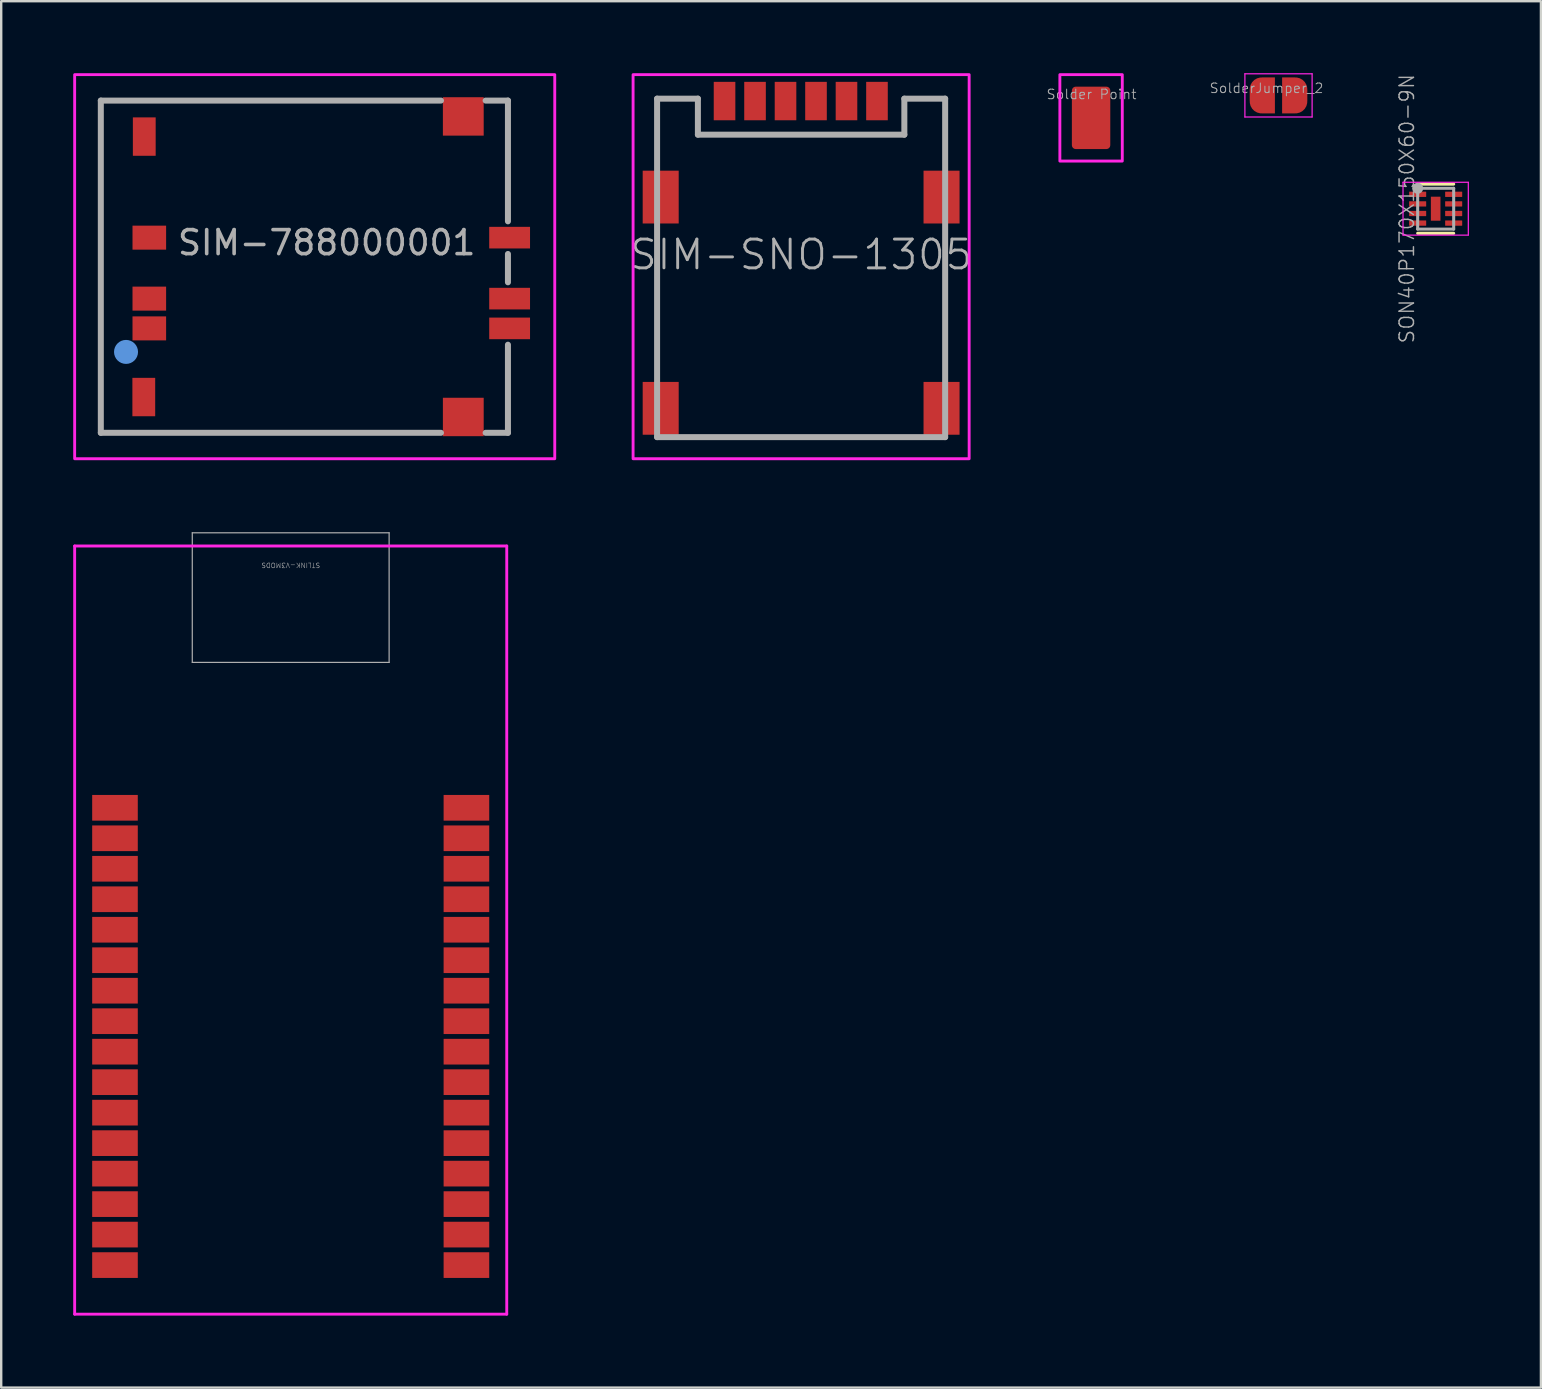
<source format=kicad_pcb>
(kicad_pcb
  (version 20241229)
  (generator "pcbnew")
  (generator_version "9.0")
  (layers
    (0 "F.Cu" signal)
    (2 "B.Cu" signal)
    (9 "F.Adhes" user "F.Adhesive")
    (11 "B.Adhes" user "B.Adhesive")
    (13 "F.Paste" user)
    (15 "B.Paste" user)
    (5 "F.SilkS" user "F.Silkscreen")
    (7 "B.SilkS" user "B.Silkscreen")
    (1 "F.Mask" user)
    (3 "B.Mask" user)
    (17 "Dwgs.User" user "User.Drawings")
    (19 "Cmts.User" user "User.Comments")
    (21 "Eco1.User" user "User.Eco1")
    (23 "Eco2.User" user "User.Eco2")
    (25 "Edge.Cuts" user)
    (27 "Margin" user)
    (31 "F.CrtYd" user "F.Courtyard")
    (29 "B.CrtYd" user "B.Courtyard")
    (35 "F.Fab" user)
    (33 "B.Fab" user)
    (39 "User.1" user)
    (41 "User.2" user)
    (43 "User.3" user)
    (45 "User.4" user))
  (footprint "SON40P170X150X60-9N"
    (layer "F.Cu")
    (at 56.757 5.644)
    (property "Reference" "SON40P170X150X60-9N" (at -1.2 0 90) (layer "F.Fab") (effects (font (size 0.6 0.6) (thickness 0.06))))
    (attr smd)
    (fp_line (start -0.75 -1.024) (end 0.75 -1.024) (stroke (width 0.127) (type solid)) (layer "F.SilkS"))
    (fp_line (start 0.75 1.024) (end -0.75 1.024) (stroke (width 0.127) (type solid)) (layer "F.SilkS"))
    (fp_line (start -1.36 -1.1) (end 1.36 -1.1) (stroke (width 0.05) (type solid)) (layer "F.CrtYd"))
    (fp_line (start -1.36 1.1) (end -1.36 -1.1) (stroke (width 0.05) (type solid)) (layer "F.CrtYd"))
    (fp_line (start 1.36 -1.1) (end 1.36 1.1) (stroke (width 0.05) (type solid)) (layer "F.CrtYd"))
    (fp_line (start 1.36 1.1) (end -1.36 1.1) (stroke (width 0.05) (type solid)) (layer "F.CrtYd"))
    (fp_line (start -0.75 -0.85) (end 0.75 -0.85) (stroke (width 0.127) (type solid)) (layer "F.Fab"))
    (fp_line (start -0.75 0.85) (end -0.75 -0.85) (stroke (width 0.127) (type solid)) (layer "F.Fab"))
    (fp_line (start 0.75 -0.85) (end 0.75 0.85) (stroke (width 0.127) (type solid)) (layer "F.Fab"))
    (fp_line (start 0.75 0.85) (end -0.75 0.85) (stroke (width 0.127) (type solid)) (layer "F.Fab"))
    (fp_circle (center -0.75 -0.85) (end -0.72 -0.85) (stroke (width 0.2) (type solid)) (fill no) (layer "F.Fab"))
    (pad "1" smd roundrect (at -0.75 -0.6) (size 0.71 0.22) (layers "F.Cu" "F.Mask" "F.Paste") (roundrect_rratio 0.06))
    (pad "2" smd roundrect (at -0.75 -0.2) (size 0.71 0.22) (layers "F.Cu" "F.Mask" "F.Paste") (roundrect_rratio 0.06))
    (pad "3" smd roundrect (at -0.75 0.2) (size 0.71 0.22) (layers "F.Cu" "F.Mask" "F.Paste") (roundrect_rratio 0.06))
    (pad "4" smd roundrect (at -0.75 0.6) (size 0.71 0.22) (layers "F.Cu" "F.Mask" "F.Paste") (roundrect_rratio 0.06))
    (pad "5" smd roundrect (at 0.75 0.6) (size 0.71 0.22) (layers "F.Cu" "F.Mask" "F.Paste") (roundrect_rratio 0.06))
    (pad "6" smd roundrect (at 0.75 0.2) (size 0.71 0.22) (layers "F.Cu" "F.Mask" "F.Paste") (roundrect_rratio 0.06))
    (pad "7" smd roundrect (at 0.75 -0.2) (size 0.71 0.22) (layers "F.Cu" "F.Mask" "F.Paste") (roundrect_rratio 0.06))
    (pad "8" smd roundrect (at 0.75 -0.6) (size 0.71 0.22) (layers "F.Cu" "F.Mask" "F.Paste") (roundrect_rratio 0.06))
    (pad "9" smd rect (at 0 0 90) (size 1 0.4) (layers "F.Cu" "F.Mask" "F.Paste")))
  (footprint "Solder Point"
    (layer "F.Cu")
    (at 42.402 1.86)
    (property "Reference" "Solder Point" (at 0.02 -0.98 0) (layer "F.Fab") (effects (font (size 0.4 0.4) (thickness 0.04))))
    (attr exclude_from_pos_files)
    (fp_rect (start -1.3 -1.8) (end 1.3 1.8) (stroke (width 0.12) (type solid)) (fill no) (layer "F.CrtYd"))
    (pad "1" smd roundrect (at 0 0) (size 1.6 2.6) (layers "F.Cu" "F.Mask") (roundrect_rratio 0.1)))
  (footprint "STLINK-V3MODS"
    (layer "F.Cu")
    (at 9.06 20.695)
    (property "Reference" "STLINK-V3MODS" (at 0 -0.2 180) (unlocked yes) (layer "F.Fab") (effects (font (size 0.2 0.2) (thickness 0.02))))
    (attr smd)
    (fp_line (start -9 -1) (end 9 -1) (stroke (width 0.12) (type solid)) (layer "F.CrtYd"))
    (fp_line (start -9 31) (end -9 -1) (stroke (width 0.12) (type solid)) (layer "F.CrtYd"))
    (fp_line (start 9 -1) (end 9 31) (stroke (width 0.12) (type solid)) (layer "F.CrtYd"))
    (fp_line (start 9 31) (end -9 31) (stroke (width 0.12) (type solid)) (layer "F.CrtYd"))
    (fp_line (start -9 -1) (end -9 31) (stroke (width 0.05) (type solid)) (layer "F.Fab"))
    (fp_line (start -9 31) (end 9 31) (stroke (width 0.05) (type solid)) (layer "F.Fab"))
    (fp_line (start -4.1 -1.55) (end 4.1 -1.55) (stroke (width 0.05) (type solid)) (layer "F.Fab"))
    (fp_line (start -4.1 3.85) (end -4.1 -1.55) (stroke (width 0.05) (type solid)) (layer "F.Fab"))
    (fp_line (start 4.1 -1.55) (end 4.1 3.85) (stroke (width 0.05) (type solid)) (layer "F.Fab"))
    (fp_line (start 4.1 3.85) (end -4.1 3.85) (stroke (width 0.05) (type solid)) (layer "F.Fab"))
    (fp_line (start 9 -1) (end -9 -1) (stroke (width 0.05) (type solid)) (layer "F.Fab"))
    (fp_line (start 9 31) (end 9 -1) (stroke (width 0.05) (type solid)) (layer "F.Fab"))
    (pad "1" smd rect (at -7.32 9.906) (size 1.9 1.07) (layers "F.Cu" "F.Mask" "F.Paste"))
    (pad "2" smd rect (at -7.32 11.176) (size 1.9 1.07) (layers "F.Cu" "F.Mask" "F.Paste"))
    (pad "3" smd rect (at -7.32 12.446) (size 1.9 1.07) (layers "F.Cu" "F.Mask" "F.Paste"))
    (pad "4" smd rect (at -7.32 13.716) (size 1.9 1.07) (layers "F.Cu" "F.Mask" "F.Paste"))
    (pad "5" smd rect (at -7.32 14.986) (size 1.9 1.07) (layers "F.Cu" "F.Mask" "F.Paste"))
    (pad "6" smd rect (at -7.32 16.256) (size 1.9 1.07) (layers "F.Cu" "F.Mask" "F.Paste"))
    (pad "7" smd rect (at -7.32 17.526) (size 1.9 1.07) (layers "F.Cu" "F.Mask" "F.Paste"))
    (pad "8" smd rect (at -7.32 18.796) (size 1.9 1.07) (layers "F.Cu" "F.Mask" "F.Paste"))
    (pad "9" smd rect (at -7.32 20.066) (size 1.9 1.07) (layers "F.Cu" "F.Mask" "F.Paste"))
    (pad "10" smd rect (at -7.32 21.336) (size 1.9 1.07) (layers "F.Cu" "F.Mask" "F.Paste"))
    (pad "11" smd rect (at -7.32 22.606) (size 1.9 1.07) (layers "F.Cu" "F.Mask" "F.Paste"))
    (pad "12" smd rect (at -7.32 23.876) (size 1.9 1.07) (layers "F.Cu" "F.Mask" "F.Paste"))
    (pad "13" smd rect (at -7.32 25.146) (size 1.9 1.07) (layers "F.Cu" "F.Mask" "F.Paste"))
    (pad "14" smd rect (at -7.32 26.416) (size 1.9 1.07) (layers "F.Cu" "F.Mask" "F.Paste"))
    (pad "15" smd rect (at -7.32 27.686) (size 1.9 1.07) (layers "F.Cu" "F.Mask" "F.Paste"))
    (pad "16" smd rect (at -7.32 28.956) (size 1.9 1.07) (layers "F.Cu" "F.Mask" "F.Paste"))
    (pad "17" smd rect (at 7.32 28.956) (size 1.9 1.07) (layers "F.Cu" "F.Mask" "F.Paste"))
    (pad "18" smd rect (at 7.32 27.686) (size 1.9 1.07) (layers "F.Cu" "F.Mask" "F.Paste"))
    (pad "19" smd rect (at 7.32 26.416) (size 1.9 1.07) (layers "F.Cu" "F.Mask" "F.Paste"))
    (pad "20" smd rect (at 7.32 25.146) (size 1.9 1.07) (layers "F.Cu" "F.Mask" "F.Paste"))
    (pad "21" smd rect (at 7.32 23.876) (size 1.9 1.07) (layers "F.Cu" "F.Mask" "F.Paste"))
    (pad "22" smd rect (at 7.32 22.606) (size 1.9 1.07) (layers "F.Cu" "F.Mask" "F.Paste"))
    (pad "23" smd rect (at 7.32 21.336) (size 1.9 1.07) (layers "F.Cu" "F.Mask" "F.Paste"))
    (pad "24" smd rect (at 7.32 20.066) (size 1.9 1.07) (layers "F.Cu" "F.Mask" "F.Paste"))
    (pad "25" smd rect (at 7.32 18.796) (size 1.9 1.07) (layers "F.Cu" "F.Mask" "F.Paste"))
    (pad "26" smd rect (at 7.32 17.526) (size 1.9 1.07) (layers "F.Cu" "F.Mask" "F.Paste"))
    (pad "27" smd rect (at 7.32 16.256) (size 1.9 1.07) (layers "F.Cu" "F.Mask" "F.Paste"))
    (pad "28" smd rect (at 7.32 14.986) (size 1.9 1.07) (layers "F.Cu" "F.Mask" "F.Paste"))
    (pad "29" smd rect (at 7.32 13.716) (size 1.9 1.07) (layers "F.Cu" "F.Mask" "F.Paste"))
    (pad "30" smd rect (at 7.32 12.446) (size 1.9 1.07) (layers "F.Cu" "F.Mask" "F.Paste"))
    (pad "31" smd rect (at 7.32 11.176) (size 1.9 1.07) (layers "F.Cu" "F.Mask" "F.Paste"))
    (pad "32" smd rect (at 7.32 9.906) (size 1.9 1.07) (layers "F.Cu" "F.Mask" "F.Paste")))
  (footprint "SIM-SNO-1305"
    (layer "F.Cu")
    (at 30.323 7.56)
    (property "Reference" "SIM-SNO-1305" (at 0 0 0) (layer "F.Fab") (effects (font (size 1.2 1.2) (thickness 0.12))))
    (attr smd)
    (fp_rect (start -7 -7.5) (end 7 8.5) (stroke (width 0.12) (type solid)) (fill no) (layer "F.CrtYd"))
    (fp_line (start -6 -6.5) (end -6 7.6) (stroke (width 0.25) (type solid)) (layer "F.Fab"))
    (fp_line (start -6 7.6) (end 6 7.6) (stroke (width 0.25) (type solid)) (layer "F.Fab"))
    (fp_line (start -4.3 -6.5) (end -6 -6.5) (stroke (width 0.25) (type solid)) (layer "F.Fab"))
    (fp_line (start -4.3 -5) (end -4.3 -6.5) (stroke (width 0.25) (type solid)) (layer "F.Fab"))
    (fp_line (start 4.3 -6.5) (end 4.3 -5) (stroke (width 0.25) (type solid)) (layer "F.Fab"))
    (fp_line (start 4.3 -5) (end -4.3 -5) (stroke (width 0.25) (type solid)) (layer "F.Fab"))
    (fp_line (start 6 -6.5) (end 4.3 -6.5) (stroke (width 0.25) (type solid)) (layer "F.Fab"))
    (fp_line (start 6 -6.5) (end 6 7.6) (stroke (width 0.25) (type solid)) (layer "F.Fab"))
    (pad "7" smd rect (at -5.85 -2.4 90) (size 2.2 1.5) (layers "F.Cu" "F.Mask" "F.Paste"))
    (pad "8" smd rect (at 5.85 -2.4 90) (size 2.2 1.5) (layers "F.Cu" "F.Mask" "F.Paste"))
    (pad "9" smd rect (at 5.85 6.4 90) (size 2.2 1.5) (layers "F.Cu" "F.Mask" "F.Paste"))
    (pad "10" smd rect (at -5.85 6.4 90) (size 2.2 1.5) (layers "F.Cu" "F.Mask" "F.Paste"))
    (pad "C1" smd rect (at -3.19 -6.4) (size 0.9 1.6) (layers "F.Cu" "F.Mask" "F.Paste"))
    (pad "C2" smd rect (at -0.65 -6.4) (size 0.9 1.6) (layers "F.Cu" "F.Mask" "F.Paste"))
    (pad "C3" smd rect (at 1.89 -6.4) (size 0.9 1.6) (layers "F.Cu" "F.Mask" "F.Paste"))
    (pad "C5" smd rect (at -1.92 -6.4) (size 0.9 1.6) (layers "F.Cu" "F.Mask" "F.Paste"))
    (pad "C6" smd rect (at 0.62 -6.4) (size 0.9 1.6) (layers "F.Cu" "F.Mask" "F.Paste"))
    (pad "C7" smd rect (at 3.16 -6.4) (size 0.9 1.6) (layers "F.Cu" "F.Mask" "F.Paste")))
  (footprint "SolderJumper_2"
    (layer "F.Cu")
    (at 50.21 0.925)
    (property "Reference" "SolderJumper_2" (at -0.5 -0.3 0) (layer "F.Fab") (effects (font (size 0.4 0.4) (thickness 0.04))))
    (attr exclude_from_pos_files exclude_from_bom)
    (fp_line (start -1.4 -0.9) (end -1.4 0.9) (stroke (width 0.05) (type solid)) (layer "F.CrtYd"))
    (fp_line (start -1.4 -0.9) (end 1.4 -0.9) (stroke (width 0.05) (type solid)) (layer "F.CrtYd"))
    (fp_line (start 1.4 0.9) (end -1.4 0.9) (stroke (width 0.05) (type solid)) (layer "F.CrtYd"))
    (fp_line (start 1.4 0.9) (end 1.4 -0.9) (stroke (width 0.05) (type solid)) (layer "F.CrtYd"))
    (pad "1" smd custom (at -0.7 0) (size 1 0.5) (layers "F.Cu" "F.Mask") (options (anchor rect)) (primitives (gr_circle (center 0 0.25) (end 0.5 0.25) (width 0) (fill yes)) (gr_circle (center 0 -0.25) (end 0.5 -0.25) (width 0) (fill yes)) (gr_poly (pts (xy 0.55 0.75) (xy 0 0.75) (xy 0 -0.75) (xy 0.55 -0.75)) (width 0) (fill yes))))
    (pad "2" smd custom (at 0.7 0) (size 1 0.5) (layers "F.Cu" "F.Mask") (options (anchor rect)) (primitives (gr_circle (center 0 0.25) (end 0.5 0.25) (width 0) (fill yes)) (gr_circle (center 0 -0.25) (end 0.5 -0.25) (width 0) (fill yes)) (gr_poly (pts (xy 0 0.75) (xy -0.55 0.75) (xy -0.55 -0.75) (xy 0 -0.75)) (width 0) (fill yes)))))
  (footprint "SIM-788000001"
    (layer "F.Cu")
    (at 10.56 8.06)
    (property "Reference" "SIM-788000001" (at 0 -1 0) (layer "F.Fab") (effects (font (size 1 1) (thickness 0.15))))
    (attr through_hole)
    (fp_circle (center -8.36 3.55) (end -8.11 3.55) (stroke (width 0.5) (type solid)) (fill no) (layer "Cmts.User"))
    (fp_rect (start -10.5 -8) (end 9.5 8) (stroke (width 0.12) (type solid)) (fill no) (layer "F.CrtYd"))
    (fp_line (start -9.41 -6.92) (end 4.76 -6.92) (stroke (width 0.25) (type solid)) (layer "F.Fab"))
    (fp_line (start -9.41 6.92) (end -9.41 -6.92) (stroke (width 0.25) (type solid)) (layer "F.Fab"))
    (fp_line (start -9.41 6.92) (end 4.76 6.92) (stroke (width 0.25) (type solid)) (layer "F.Fab"))
    (fp_line (start 6.62 -6.92) (end 7.55 -6.92) (stroke (width 0.25) (type solid)) (layer "F.Fab"))
    (fp_line (start 6.62 6.92) (end 7.55 6.92) (stroke (width 0.25) (type solid)) (layer "F.Fab"))
    (fp_line (start 7.55 -6.92) (end 7.55 -1.89) (stroke (width 0.25) (type solid)) (layer "F.Fab"))
    (fp_line (start 7.55 -0.53) (end 7.55 0.65) (stroke (width 0.25) (type solid)) (layer "F.Fab"))
    (fp_line (start 7.55 3.25) (end 7.55 6.92) (stroke (width 0.25) (type solid)) (layer "F.Fab"))
    (fp_circle (center -9.18 6.93) (end -9.15 6.93) (stroke (width 0.06) (type solid)) (fill no) (layer "F.Fab"))
    (pad "" smd rect (at -7.62 5.43 180) (size 0.95 1.6) (layers "F.Cu" "F.Mask" "F.Paste"))
    (pad "" smd rect (at -7.6 -5.42 180) (size 0.95 1.6) (layers "F.Cu" "F.Mask" "F.Paste"))
    (pad "" smd rect (at 5.69 -6.26) (size 1.7 1.6) (layers "F.Cu" "F.Mask" "F.Paste"))
    (pad "" smd rect (at 5.69 6.26) (size 1.7 1.6) (layers "F.Cu" "F.Mask" "F.Paste"))
    (pad "1" smd rect (at -7.39 2.57) (size 1.4 1) (layers "F.Cu" "F.Mask" "F.Paste"))
    (pad "2" smd rect (at -7.39 1.33) (size 1.4 1) (layers "F.Cu" "F.Mask" "F.Paste"))
    (pad "3" smd rect (at -7.39 -1.21) (size 1.4 1) (layers "F.Cu" "F.Mask" "F.Paste"))
    (pad "5" smd rect (at 7.62 2.57) (size 1.7 0.9) (layers "F.Cu" "F.Mask" "F.Paste"))
    (pad "6" smd rect (at 7.62 1.33) (size 1.7 0.9) (layers "F.Cu" "F.Mask" "F.Paste"))
    (pad "7" smd rect (at 7.62 -1.21) (size 1.7 0.9) (layers "F.Cu" "F.Mask" "F.Paste")))
  (gr_rect
    (start -3 -3)
    (end 61.142 54.755)
    (stroke (width 0.1) (type default))
    (fill no)
    (layer "Edge.Cuts")))
</source>
